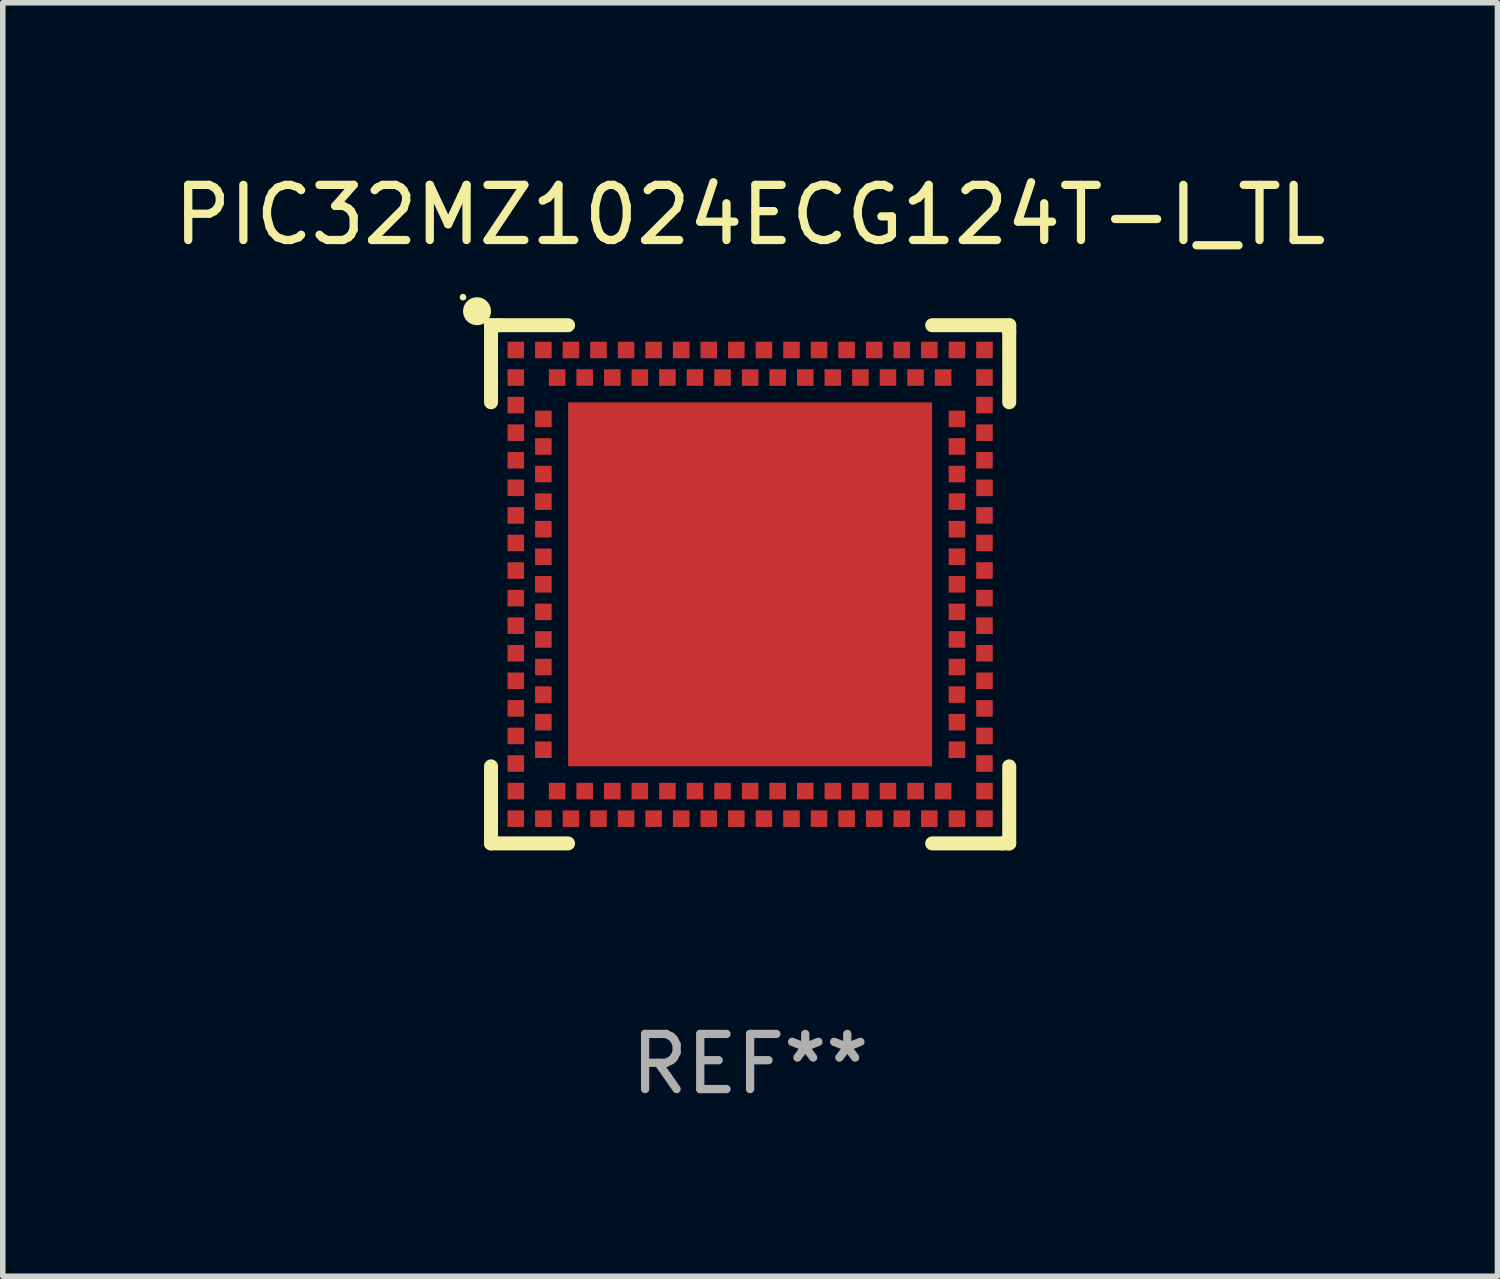
<source format=kicad_pcb>
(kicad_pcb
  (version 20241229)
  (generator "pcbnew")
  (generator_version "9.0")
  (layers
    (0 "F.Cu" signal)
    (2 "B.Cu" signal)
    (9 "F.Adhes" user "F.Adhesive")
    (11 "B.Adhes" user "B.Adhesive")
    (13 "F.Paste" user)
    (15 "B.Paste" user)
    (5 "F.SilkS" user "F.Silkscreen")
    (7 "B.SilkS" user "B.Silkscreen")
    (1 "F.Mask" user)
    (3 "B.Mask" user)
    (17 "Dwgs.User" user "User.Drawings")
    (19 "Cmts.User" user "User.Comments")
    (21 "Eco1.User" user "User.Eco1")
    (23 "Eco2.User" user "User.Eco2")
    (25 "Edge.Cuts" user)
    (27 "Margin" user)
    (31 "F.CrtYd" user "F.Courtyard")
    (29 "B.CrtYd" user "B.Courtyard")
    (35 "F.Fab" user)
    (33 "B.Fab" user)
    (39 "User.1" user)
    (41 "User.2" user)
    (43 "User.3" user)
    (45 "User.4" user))
  (footprint "PIC32MZ1024ECG124T-I_TL"
    (layer "F.Cu")
    (at 10.554 7.547)
    (property "Reference" "PIC32MZ1024ECG124T-I_TL" (at 0 -6.699 0) (layer "F.SilkS") (effects (font (size 1 1) (thickness 0.15))))
    (attr through_hole)
    (fp_line (start -4.699 -4.699) (end -4.699 -3.302) (stroke (width 0.254) (type solid)) (layer "F.SilkS"))
    (fp_line (start -4.699 3.302) (end -4.699 4.572) (stroke (width 0.254) (type solid)) (layer "F.SilkS"))
    (fp_line (start -4.699 4.572) (end -4.699 4.699) (stroke (width 0.254) (type solid)) (layer "F.SilkS"))
    (fp_line (start -4.699 4.699) (end -3.302 4.699) (stroke (width 0.254) (type solid)) (layer "F.SilkS"))
    (fp_line (start -4.572 -4.699) (end -4.699 -4.699) (stroke (width 0.254) (type solid)) (layer "F.SilkS"))
    (fp_line (start -3.302 -4.699) (end -4.572 -4.699) (stroke (width 0.254) (type solid)) (layer "F.SilkS"))
    (fp_line (start 3.302 4.699) (end 4.572 4.699) (stroke (width 0.254) (type solid)) (layer "F.SilkS"))
    (fp_line (start 4.572 4.699) (end 4.699 4.699) (stroke (width 0.254) (type solid)) (layer "F.SilkS"))
    (fp_line (start 4.699 -4.699) (end 3.302 -4.699) (stroke (width 0.254) (type solid)) (layer "F.SilkS"))
    (fp_line (start 4.699 -4.572) (end 4.699 -4.699) (stroke (width 0.254) (type solid)) (layer "F.SilkS"))
    (fp_line (start 4.699 -3.302) (end 4.699 -4.572) (stroke (width 0.254) (type solid)) (layer "F.SilkS"))
    (fp_line (start 4.699 4.699) (end 4.699 3.302) (stroke (width 0.254) (type solid)) (layer "F.SilkS"))
    (fp_circle (center -5.207 -5.207) (end -5.177 -5.207) (stroke (width 0.06) (type solid)) (fill no) (layer "F.SilkS"))
    (fp_circle (center -4.953 -4.953) (end -4.826 -4.953) (stroke (width 0.254) (type solid)) (fill no) (layer "F.SilkS"))
    (fp_text user "REF**" (at 0 8.699 0) (layer "F.Fab") (effects (font (size 1 1) (thickness 0.15))))
    (pad "125" smd rect (at 0.000025 -0.000102 90) (size 6.6 6.6) (layers "F.Cu" "F.Mask" "F.Paste"))
    (pad "A1" smd rect (at -4.25 -3.75 90) (size 0.3 0.3) (layers "F.Cu" "F.Mask" "F.Paste"))
    (pad "A2" smd rect (at -4.25 -3.25 90) (size 0.3 0.3) (layers "F.Cu" "F.Mask" "F.Paste"))
    (pad "A3" smd rect (at -4.25 -2.75 90) (size 0.3 0.3) (layers "F.Cu" "F.Mask" "F.Paste"))
    (pad "A4" smd rect (at -4.25 -2.25 90) (size 0.3 0.3) (layers "F.Cu" "F.Mask" "F.Paste"))
    (pad "A5" smd rect (at -4.25 -1.75 90) (size 0.3 0.3) (layers "F.Cu" "F.Mask" "F.Paste"))
    (pad "A6" smd rect (at -4.25 -1.25 90) (size 0.3 0.3) (layers "F.Cu" "F.Mask" "F.Paste"))
    (pad "A7" smd rect (at -4.25 -0.75 90) (size 0.3 0.3) (layers "F.Cu" "F.Mask" "F.Paste"))
    (pad "A8" smd rect (at -4.25 -0.25 90) (size 0.3 0.3) (layers "F.Cu" "F.Mask" "F.Paste"))
    (pad "A9" smd rect (at -4.25 0.25 90) (size 0.3 0.3) (layers "F.Cu" "F.Mask" "F.Paste"))
    (pad "A10" smd rect (at -4.25 0.75 90) (size 0.3 0.3) (layers "F.Cu" "F.Mask" "F.Paste"))
    (pad "A11" smd rect (at -4.25 1.25 90) (size 0.3 0.3) (layers "F.Cu" "F.Mask" "F.Paste"))
    (pad "A12" smd rect (at -4.25 1.75 90) (size 0.3 0.3) (layers "F.Cu" "F.Mask" "F.Paste"))
    (pad "A13" smd rect (at -4.25 2.25 90) (size 0.3 0.3) (layers "F.Cu" "F.Mask" "F.Paste"))
    (pad "A14" smd rect (at -4.25 2.75 90) (size 0.3 0.3) (layers "F.Cu" "F.Mask" "F.Paste"))
    (pad "A15" smd rect (at -4.25 3.25 90) (size 0.3 0.3) (layers "F.Cu" "F.Mask" "F.Paste"))
    (pad "A16" smd rect (at -4.25 3.75 90) (size 0.3 0.3) (layers "F.Cu" "F.Mask" "F.Paste"))
    (pad "A17" smd rect (at -4.25 4.25 90) (size 0.3 0.3) (layers "F.Cu" "F.Mask" "F.Paste"))
    (pad "A18" smd rect (at -3.75 4.25 90) (size 0.3 0.3) (layers "F.Cu" "F.Mask" "F.Paste"))
    (pad "A19" smd rect (at -3.25 4.25 90) (size 0.3 0.3) (layers "F.Cu" "F.Mask" "F.Paste"))
    (pad "A20" smd rect (at -2.75 4.25 90) (size 0.3 0.3) (layers "F.Cu" "F.Mask" "F.Paste"))
    (pad "A21" smd rect (at -2.25 4.25 90) (size 0.3 0.3) (layers "F.Cu" "F.Mask" "F.Paste"))
    (pad "A22" smd rect (at -1.75 4.25 90) (size 0.3 0.3) (layers "F.Cu" "F.Mask" "F.Paste"))
    (pad "A23" smd rect (at -1.25 4.25 90) (size 0.3 0.3) (layers "F.Cu" "F.Mask" "F.Paste"))
    (pad "A24" smd rect (at -0.75 4.25 90) (size 0.3 0.3) (layers "F.Cu" "F.Mask" "F.Paste"))
    (pad "A25" smd rect (at -0.25 4.25 90) (size 0.3 0.3) (layers "F.Cu" "F.Mask" "F.Paste"))
    (pad "A26" smd rect (at 0.25 4.25 90) (size 0.3 0.3) (layers "F.Cu" "F.Mask" "F.Paste"))
    (pad "A27" smd rect (at 0.75 4.25 90) (size 0.3 0.3) (layers "F.Cu" "F.Mask" "F.Paste"))
    (pad "A28" smd rect (at 1.25 4.25 90) (size 0.3 0.3) (layers "F.Cu" "F.Mask" "F.Paste"))
    (pad "A29" smd rect (at 1.75 4.25 90) (size 0.3 0.3) (layers "F.Cu" "F.Mask" "F.Paste"))
    (pad "A30" smd rect (at 2.25 4.25 90) (size 0.3 0.3) (layers "F.Cu" "F.Mask" "F.Paste"))
    (pad "A31" smd rect (at 2.75 4.25 90) (size 0.3 0.3) (layers "F.Cu" "F.Mask" "F.Paste"))
    (pad "A32" smd rect (at 3.25 4.25 90) (size 0.3 0.3) (layers "F.Cu" "F.Mask" "F.Paste"))
    (pad "A33" smd rect (at 3.75 4.25 90) (size 0.3 0.3) (layers "F.Cu" "F.Mask" "F.Paste"))
    (pad "A34" smd rect (at 4.25 4.25 90) (size 0.3 0.3) (layers "F.Cu" "F.Mask" "F.Paste"))
    (pad "A35" smd rect (at 4.25 3.75 90) (size 0.3 0.3) (layers "F.Cu" "F.Mask" "F.Paste"))
    (pad "A36" smd rect (at 4.25 3.25 90) (size 0.3 0.3) (layers "F.Cu" "F.Mask" "F.Paste"))
    (pad "A37" smd rect (at 4.25 2.75 90) (size 0.3 0.3) (layers "F.Cu" "F.Mask" "F.Paste"))
    (pad "A38" smd rect (at 4.25 2.25 90) (size 0.3 0.3) (layers "F.Cu" "F.Mask" "F.Paste"))
    (pad "A39" smd rect (at 4.25 1.75 90) (size 0.3 0.3) (layers "F.Cu" "F.Mask" "F.Paste"))
    (pad "A40" smd rect (at 4.25 1.25 90) (size 0.3 0.3) (layers "F.Cu" "F.Mask" "F.Paste"))
    (pad "A41" smd rect (at 4.25 0.75 90) (size 0.3 0.3) (layers "F.Cu" "F.Mask" "F.Paste"))
    (pad "A42" smd rect (at 4.25 0.25 90) (size 0.3 0.3) (layers "F.Cu" "F.Mask" "F.Paste"))
    (pad "A43" smd rect (at 4.25 -0.25 90) (size 0.3 0.3) (layers "F.Cu" "F.Mask" "F.Paste"))
    (pad "A44" smd rect (at 4.25 -0.75 90) (size 0.3 0.3) (layers "F.Cu" "F.Mask" "F.Paste"))
    (pad "A45" smd rect (at 4.25 -1.25 90) (size 0.3 0.3) (layers "F.Cu" "F.Mask" "F.Paste"))
    (pad "A46" smd rect (at 4.25 -1.75 90) (size 0.3 0.3) (layers "F.Cu" "F.Mask" "F.Paste"))
    (pad "A47" smd rect (at 4.25 -2.25 90) (size 0.3 0.3) (layers "F.Cu" "F.Mask" "F.Paste"))
    (pad "A48" smd rect (at 4.25 -2.75 90) (size 0.3 0.3) (layers "F.Cu" "F.Mask" "F.Paste"))
    (pad "A49" smd rect (at 4.25 -3.25 90) (size 0.3 0.3) (layers "F.Cu" "F.Mask" "F.Paste"))
    (pad "A50" smd rect (at 4.25 -3.75 90) (size 0.3 0.3) (layers "F.Cu" "F.Mask" "F.Paste"))
    (pad "A51" smd rect (at 4.25 -4.25 90) (size 0.3 0.3) (layers "F.Cu" "F.Mask" "F.Paste"))
    (pad "A52" smd rect (at 3.75 -4.25 90) (size 0.3 0.3) (layers "F.Cu" "F.Mask" "F.Paste"))
    (pad "A53" smd rect (at 3.25 -4.25 90) (size 0.3 0.3) (layers "F.Cu" "F.Mask" "F.Paste"))
    (pad "A54" smd rect (at 2.75 -4.25 90) (size 0.3 0.3) (layers "F.Cu" "F.Mask" "F.Paste"))
    (pad "A55" smd rect (at 2.25 -4.25 90) (size 0.3 0.3) (layers "F.Cu" "F.Mask" "F.Paste"))
    (pad "A56" smd rect (at 1.75 -4.25 90) (size 0.3 0.3) (layers "F.Cu" "F.Mask" "F.Paste"))
    (pad "A57" smd rect (at 1.25 -4.25 90) (size 0.3 0.3) (layers "F.Cu" "F.Mask" "F.Paste"))
    (pad "A58" smd rect (at 0.75 -4.25 90) (size 0.3 0.3) (layers "F.Cu" "F.Mask" "F.Paste"))
    (pad "A59" smd rect (at 0.25 -4.25 90) (size 0.3 0.3) (layers "F.Cu" "F.Mask" "F.Paste"))
    (pad "A60" smd rect (at -0.25 -4.25 90) (size 0.3 0.3) (layers "F.Cu" "F.Mask" "F.Paste"))
    (pad "A61" smd rect (at -0.75 -4.25 90) (size 0.3 0.3) (layers "F.Cu" "F.Mask" "F.Paste"))
    (pad "A62" smd rect (at -1.25 -4.25 90) (size 0.3 0.3) (layers "F.Cu" "F.Mask" "F.Paste"))
    (pad "A63" smd rect (at -1.75 -4.25 90) (size 0.3 0.3) (layers "F.Cu" "F.Mask" "F.Paste"))
    (pad "A64" smd rect (at -2.25 -4.25 90) (size 0.3 0.3) (layers "F.Cu" "F.Mask" "F.Paste"))
    (pad "A65" smd rect (at -2.75 -4.25 90) (size 0.3 0.3) (layers "F.Cu" "F.Mask" "F.Paste"))
    (pad "A66" smd rect (at -3.25 -4.25 90) (size 0.3 0.3) (layers "F.Cu" "F.Mask" "F.Paste"))
    (pad "A67" smd rect (at -3.75 -4.25 90) (size 0.3 0.3) (layers "F.Cu" "F.Mask" "F.Paste"))
    (pad "A68" smd rect (at -4.25 -4.25 90) (size 0.3 0.3) (layers "F.Cu" "F.Mask" "F.Paste"))
    (pad "B1" smd rect (at -3.75 -3 90) (size 0.3 0.3) (layers "F.Cu" "F.Mask" "F.Paste"))
    (pad "B2" smd rect (at -3.75 -2.5 90) (size 0.3 0.3) (layers "F.Cu" "F.Mask" "F.Paste"))
    (pad "B3" smd rect (at -3.75 -2 90) (size 0.3 0.3) (layers "F.Cu" "F.Mask" "F.Paste"))
    (pad "B4" smd rect (at -3.75 -1.5 90) (size 0.3 0.3) (layers "F.Cu" "F.Mask" "F.Paste"))
    (pad "B5" smd rect (at -3.75 -1 90) (size 0.3 0.3) (layers "F.Cu" "F.Mask" "F.Paste"))
    (pad "B6" smd rect (at -3.75 -0.5 90) (size 0.3 0.3) (layers "F.Cu" "F.Mask" "F.Paste"))
    (pad "B7" smd rect (at -3.75 -0.000102 90) (size 0.3 0.3) (layers "F.Cu" "F.Mask" "F.Paste"))
    (pad "B8" smd rect (at -3.75 0.5 90) (size 0.3 0.3) (layers "F.Cu" "F.Mask" "F.Paste"))
    (pad "B9" smd rect (at -3.75 1 90) (size 0.3 0.3) (layers "F.Cu" "F.Mask" "F.Paste"))
    (pad "B10" smd rect (at -3.75 1.5 90) (size 0.3 0.3) (layers "F.Cu" "F.Mask" "F.Paste"))
    (pad "B11" smd rect (at -3.75 2 90) (size 0.3 0.3) (layers "F.Cu" "F.Mask" "F.Paste"))
    (pad "B12" smd rect (at -3.75 2.5 90) (size 0.3 0.3) (layers "F.Cu" "F.Mask" "F.Paste"))
    (pad "B13" smd rect (at -3.75 3 90) (size 0.3 0.3) (layers "F.Cu" "F.Mask" "F.Paste"))
    (pad "B14" smd rect (at -3.5 3.75 90) (size 0.3 0.3) (layers "F.Cu" "F.Mask" "F.Paste"))
    (pad "B15" smd rect (at -3 3.75 90) (size 0.3 0.3) (layers "F.Cu" "F.Mask" "F.Paste"))
    (pad "B16" smd rect (at -2.5 3.75 90) (size 0.3 0.3) (layers "F.Cu" "F.Mask" "F.Paste"))
    (pad "B17" smd rect (at -2 3.75 90) (size 0.3 0.3) (layers "F.Cu" "F.Mask" "F.Paste"))
    (pad "B18" smd rect (at -1.5 3.75 90) (size 0.3 0.3) (layers "F.Cu" "F.Mask" "F.Paste"))
    (pad "B19" smd rect (at -1 3.75 90) (size 0.3 0.3) (layers "F.Cu" "F.Mask" "F.Paste"))
    (pad "B20" smd rect (at -0.5 3.75 90) (size 0.3 0.3) (layers "F.Cu" "F.Mask" "F.Paste"))
    (pad "B21" smd rect (at 0.000025 3.75 90) (size 0.3 0.3) (layers "F.Cu" "F.Mask" "F.Paste"))
    (pad "B22" smd rect (at 0.5 3.75 90) (size 0.3 0.3) (layers "F.Cu" "F.Mask" "F.Paste"))
    (pad "B23" smd rect (at 1 3.75 90) (size 0.3 0.3) (layers "F.Cu" "F.Mask" "F.Paste"))
    (pad "B24" smd rect (at 1.5 3.75 90) (size 0.3 0.3) (layers "F.Cu" "F.Mask" "F.Paste"))
    (pad "B25" smd rect (at 2 3.75 90) (size 0.3 0.3) (layers "F.Cu" "F.Mask" "F.Paste"))
    (pad "B26" smd rect (at 2.5 3.75 90) (size 0.3 0.3) (layers "F.Cu" "F.Mask" "F.Paste"))
    (pad "B27" smd rect (at 3 3.75 90) (size 0.3 0.3) (layers "F.Cu" "F.Mask" "F.Paste"))
    (pad "B28" smd rect (at 3.5 3.75 90) (size 0.3 0.3) (layers "F.Cu" "F.Mask" "F.Paste"))
    (pad "B29" smd rect (at 3.75 3 90) (size 0.3 0.3) (layers "F.Cu" "F.Mask" "F.Paste"))
    (pad "B30" smd rect (at 3.75 2.5 90) (size 0.3 0.3) (layers "F.Cu" "F.Mask" "F.Paste"))
    (pad "B31" smd rect (at 3.75 2 90) (size 0.3 0.3) (layers "F.Cu" "F.Mask" "F.Paste"))
    (pad "B32" smd rect (at 3.75 1.5 90) (size 0.3 0.3) (layers "F.Cu" "F.Mask" "F.Paste"))
    (pad "B33" smd rect (at 3.75 1 90) (size 0.3 0.3) (layers "F.Cu" "F.Mask" "F.Paste"))
    (pad "B34" smd rect (at 3.75 0.5 90) (size 0.3 0.3) (layers "F.Cu" "F.Mask" "F.Paste"))
    (pad "B35" smd rect (at 3.75 -0.000102 90) (size 0.3 0.3) (layers "F.Cu" "F.Mask" "F.Paste"))
    (pad "B36" smd rect (at 3.75 -0.5 90) (size 0.3 0.3) (layers "F.Cu" "F.Mask" "F.Paste"))
    (pad "B37" smd rect (at 3.75 -1 90) (size 0.3 0.3) (layers "F.Cu" "F.Mask" "F.Paste"))
    (pad "B38" smd rect (at 3.75 -1.5 90) (size 0.3 0.3) (layers "F.Cu" "F.Mask" "F.Paste"))
    (pad "B39" smd rect (at 3.75 -2 90) (size 0.3 0.3) (layers "F.Cu" "F.Mask" "F.Paste"))
    (pad "B40" smd rect (at 3.75 -2.5 90) (size 0.3 0.3) (layers "F.Cu" "F.Mask" "F.Paste"))
    (pad "B41" smd rect (at 3.75 -3 90) (size 0.3 0.3) (layers "F.Cu" "F.Mask" "F.Paste"))
    (pad "B42" smd rect (at 3.5 -3.75 90) (size 0.3 0.3) (layers "F.Cu" "F.Mask" "F.Paste"))
    (pad "B43" smd rect (at 3 -3.75 90) (size 0.3 0.3) (layers "F.Cu" "F.Mask" "F.Paste"))
    (pad "B44" smd rect (at 2.5 -3.75 90) (size 0.3 0.3) (layers "F.Cu" "F.Mask" "F.Paste"))
    (pad "B45" smd rect (at 2 -3.75 90) (size 0.3 0.3) (layers "F.Cu" "F.Mask" "F.Paste"))
    (pad "B46" smd rect (at 1.5 -3.75 90) (size 0.3 0.3) (layers "F.Cu" "F.Mask" "F.Paste"))
    (pad "B47" smd rect (at 1 -3.75 90) (size 0.3 0.3) (layers "F.Cu" "F.Mask" "F.Paste"))
    (pad "B48" smd rect (at 0.5 -3.75 90) (size 0.3 0.3) (layers "F.Cu" "F.Mask" "F.Paste"))
    (pad "B49" smd rect (at 0.000025 -3.75 90) (size 0.3 0.3) (layers "F.Cu" "F.Mask" "F.Paste"))
    (pad "B50" smd rect (at -0.5 -3.75 90) (size 0.3 0.3) (layers "F.Cu" "F.Mask" "F.Paste"))
    (pad "B51" smd rect (at -1 -3.75 90) (size 0.3 0.3) (layers "F.Cu" "F.Mask" "F.Paste"))
    (pad "B52" smd rect (at -1.5 -3.75 90) (size 0.3 0.3) (layers "F.Cu" "F.Mask" "F.Paste"))
    (pad "B53" smd rect (at -2 -3.75 90) (size 0.3 0.3) (layers "F.Cu" "F.Mask" "F.Paste"))
    (pad "B54" smd rect (at -2.5 -3.75 90) (size 0.3 0.3) (layers "F.Cu" "F.Mask" "F.Paste"))
    (pad "B55" smd rect (at -3 -3.75 90) (size 0.3 0.3) (layers "F.Cu" "F.Mask" "F.Paste"))
    (pad "B56" smd rect (at -3.5 -3.75 90) (size 0.3 0.3) (layers "F.Cu" "F.Mask" "F.Paste")))
  (gr_rect
    (start -3 -3)
    (end 24.107 20.095)
    (stroke (width 0.1) (type default))
    (fill no)
    (layer "Edge.Cuts")))
</source>
